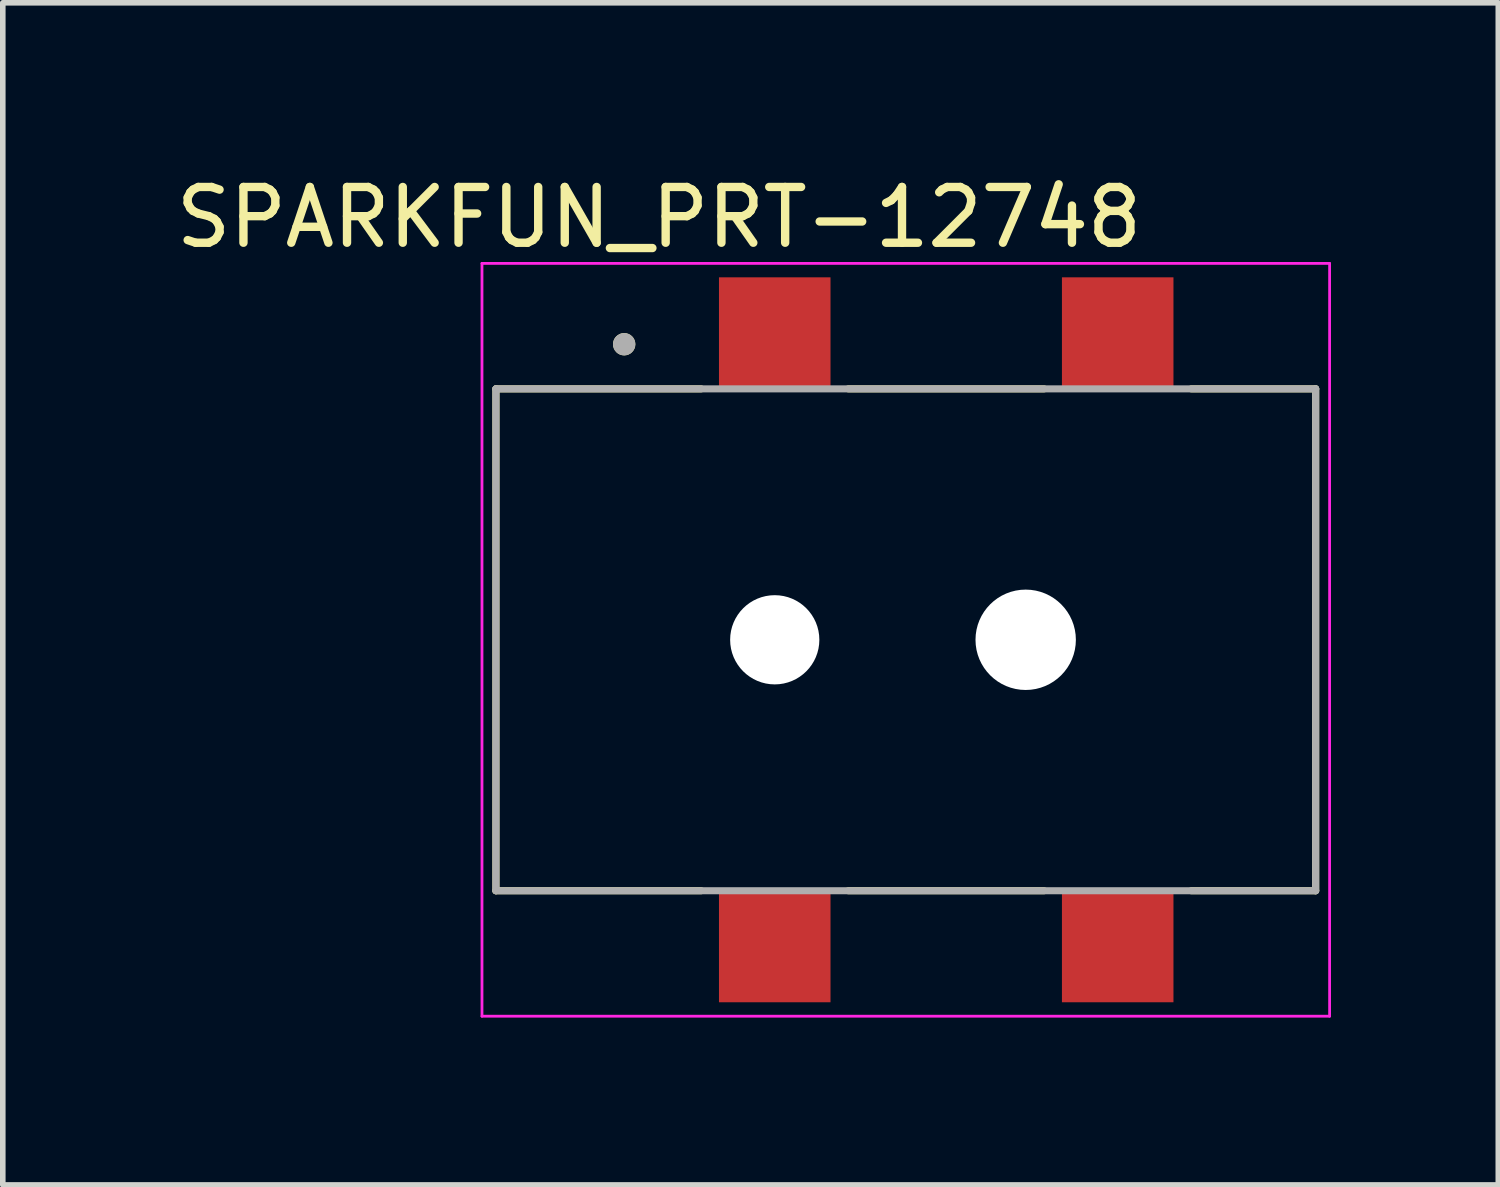
<source format=kicad_pcb>
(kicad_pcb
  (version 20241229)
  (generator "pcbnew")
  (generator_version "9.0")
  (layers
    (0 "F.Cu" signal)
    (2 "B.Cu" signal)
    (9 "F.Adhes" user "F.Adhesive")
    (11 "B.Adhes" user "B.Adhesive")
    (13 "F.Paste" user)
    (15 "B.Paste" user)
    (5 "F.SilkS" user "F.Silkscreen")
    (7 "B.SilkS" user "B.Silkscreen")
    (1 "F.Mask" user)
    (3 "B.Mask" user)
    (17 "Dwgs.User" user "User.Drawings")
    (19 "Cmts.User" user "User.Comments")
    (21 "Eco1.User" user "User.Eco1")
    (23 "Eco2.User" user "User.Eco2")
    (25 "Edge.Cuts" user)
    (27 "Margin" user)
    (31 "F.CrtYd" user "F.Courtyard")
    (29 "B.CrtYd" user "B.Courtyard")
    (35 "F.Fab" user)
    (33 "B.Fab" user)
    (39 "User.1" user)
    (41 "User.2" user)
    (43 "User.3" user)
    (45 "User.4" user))
  (footprint "SPARKFUN_PRT-12748"
    (layer "F.Cu")
    (at 13.193 8.423)
    (property "Reference" "SPARKFUN_PRT-12748" (at -4.425 -7.575 0) (layer "F.SilkS") (effects (font (size 1 1) (thickness 0.15))))
    (attr smd)
    (fp_line (start -7.35 -4.5) (end -3.67 -4.5) (stroke (width 0.127) (type solid)) (layer "F.SilkS"))
    (fp_line (start -7.35 4.5) (end -7.35 -4.5) (stroke (width 0.127) (type solid)) (layer "F.SilkS"))
    (fp_line (start -3.67 4.5) (end -7.35 4.5) (stroke (width 0.127) (type solid)) (layer "F.SilkS"))
    (fp_line (start -1.03 -4.5) (end 2.48 -4.5) (stroke (width 0.127) (type solid)) (layer "F.SilkS"))
    (fp_line (start -1.03 4.5) (end 2.48 4.5) (stroke (width 0.127) (type solid)) (layer "F.SilkS"))
    (fp_line (start 5.12 -4.5) (end 7.35 -4.5) (stroke (width 0.127) (type solid)) (layer "F.SilkS"))
    (fp_line (start 7.35 -4.5) (end 7.35 4.5) (stroke (width 0.127) (type solid)) (layer "F.SilkS"))
    (fp_line (start 7.35 4.5) (end 5.12 4.5) (stroke (width 0.127) (type solid)) (layer "F.SilkS"))
    (fp_circle (center -5.05 -5.3) (end -4.95 -5.3) (stroke (width 0.2) (type solid)) (fill no) (layer "F.SilkS"))
    (fp_line (start -7.6 -6.75) (end -7.6 6.75) (stroke (width 0.05) (type solid)) (layer "F.CrtYd"))
    (fp_line (start -7.6 6.75) (end 7.6 6.75) (stroke (width 0.05) (type solid)) (layer "F.CrtYd"))
    (fp_line (start 7.6 -6.75) (end -7.6 -6.75) (stroke (width 0.05) (type solid)) (layer "F.CrtYd"))
    (fp_line (start 7.6 6.75) (end 7.6 -6.75) (stroke (width 0.05) (type solid)) (layer "F.CrtYd"))
    (fp_line (start -7.35 -4.5) (end 7.35 -4.5) (stroke (width 0.127) (type solid)) (layer "F.Fab"))
    (fp_line (start -7.35 4.5) (end -7.35 -4.5) (stroke (width 0.127) (type solid)) (layer "F.Fab"))
    (fp_line (start 7.35 -4.5) (end 7.35 4.5) (stroke (width 0.127) (type solid)) (layer "F.Fab"))
    (fp_line (start 7.35 4.5) (end -7.35 4.5) (stroke (width 0.127) (type solid)) (layer "F.Fab"))
    (fp_circle (center -5.05 -5.3) (end -4.95 -5.3) (stroke (width 0.2) (type solid)) (fill no) (layer "F.Fab"))
    (pad "" np_thru_hole circle (at -2.35 0) (size 1.6 1.6) (drill 1.6) (layers "*.Cu" "*.Mask"))
    (pad "" np_thru_hole circle (at 2.15 0) (size 1.8 1.8) (drill 1.8) (layers "*.Cu" "*.Mask"))
    (pad "1_1" smd rect (at -2.35 -5.5) (size 2 2) (layers "F.Cu" "F.Mask" "F.Paste"))
    (pad "1_2" smd rect (at 3.8 -5.5) (size 2 2) (layers "F.Cu" "F.Mask" "F.Paste"))
    (pad "2" smd rect (at -2.35 5.5) (size 2 2) (layers "F.Cu" "F.Mask" "F.Paste"))
    (pad "3" smd rect (at 3.8 5.5) (size 2 2) (layers "F.Cu" "F.Mask" "F.Paste")))
  (gr_rect
    (start -3 -3)
    (end 23.818 18.198)
    (stroke (width 0.1) (type default))
    (fill no)
    (layer "Edge.Cuts")))
</source>
